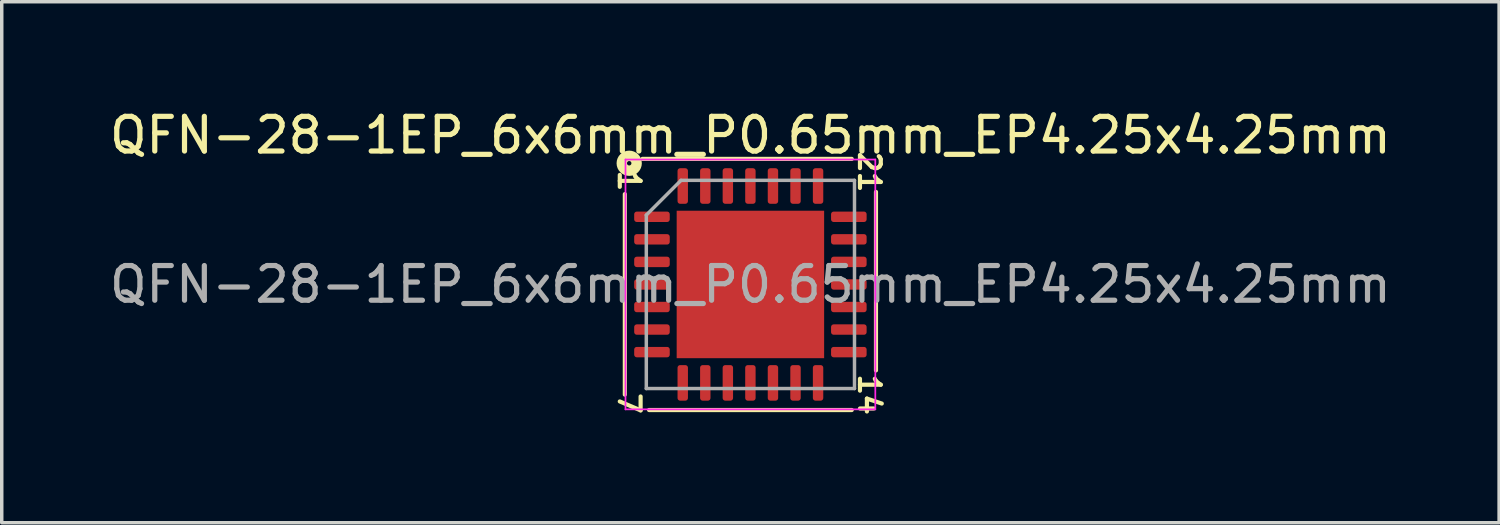
<source format=kicad_pcb>
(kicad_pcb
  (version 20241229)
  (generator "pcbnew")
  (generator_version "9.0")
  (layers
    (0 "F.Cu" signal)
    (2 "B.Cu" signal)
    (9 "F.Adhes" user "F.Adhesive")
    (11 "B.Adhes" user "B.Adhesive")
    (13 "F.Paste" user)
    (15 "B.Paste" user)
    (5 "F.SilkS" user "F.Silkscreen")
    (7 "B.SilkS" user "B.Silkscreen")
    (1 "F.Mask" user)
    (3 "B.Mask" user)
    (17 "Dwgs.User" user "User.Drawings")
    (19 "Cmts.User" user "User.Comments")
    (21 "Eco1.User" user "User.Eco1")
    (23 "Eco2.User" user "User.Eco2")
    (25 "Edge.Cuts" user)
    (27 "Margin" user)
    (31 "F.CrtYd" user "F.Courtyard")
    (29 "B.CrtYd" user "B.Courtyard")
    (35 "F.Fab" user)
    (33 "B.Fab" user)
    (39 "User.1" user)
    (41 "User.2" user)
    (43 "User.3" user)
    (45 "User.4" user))
  (footprint "QFN-28-1EP_6x6mm_P0.65mm_EP4.25x4.25mm"
    (layer "F.Cu")
    (at 18.577 5.148)
    (property "Reference" "QFN-28-1EP_6x6mm_P0.65mm_EP4.25x4.25mm" (at 0 -4.3 0) (layer "F.SilkS") (effects (font (size 1 1) (thickness 0.15))))
    (attr smd)
    (fp_line (start -3.619 -2.603) (end -3.619 3.175) (stroke (width 0.12) (type solid)) (layer "F.SilkS"))
    (fp_line (start -2.921 3.619) (end 2.921 3.619) (stroke (width 0.12) (type solid)) (layer "F.SilkS"))
    (fp_line (start 2.921 -3.619) (end -3.111 -3.619) (stroke (width 0.12) (type solid)) (layer "F.SilkS"))
    (fp_line (start 3.619 2.477) (end 3.619 -2.667) (stroke (width 0.12) (type solid)) (layer "F.SilkS"))
    (fp_circle (center -3.493 -3.493) (end -3.429 -3.493) (stroke (width 0.3) (type solid)) (fill no) (layer "F.SilkS"))
    (fp_line (start -3.6 -3.6) (end -3.6 3.6) (stroke (width 0.05) (type solid)) (layer "F.CrtYd"))
    (fp_line (start -3.6 3.6) (end 3.6 3.6) (stroke (width 0.05) (type solid)) (layer "F.CrtYd"))
    (fp_line (start 3.6 -3.6) (end -3.6 -3.6) (stroke (width 0.05) (type solid)) (layer "F.CrtYd"))
    (fp_line (start 3.6 3.6) (end 3.6 -3.6) (stroke (width 0.05) (type solid)) (layer "F.CrtYd"))
    (fp_line (start -3 -2) (end -2 -3) (stroke (width 0.1) (type solid)) (layer "F.Fab"))
    (fp_line (start -3 3) (end -3 -2) (stroke (width 0.1) (type solid)) (layer "F.Fab"))
    (fp_line (start -2 -3) (end 3 -3) (stroke (width 0.1) (type solid)) (layer "F.Fab"))
    (fp_line (start 3 -3) (end 3 3) (stroke (width 0.1) (type solid)) (layer "F.Fab"))
    (fp_line (start 3 3) (end -3 3) (stroke (width 0.1) (type solid)) (layer "F.Fab"))
    (fp_text user "1" (at -3.493 -2.985 270) (unlocked yes) (layer "F.SilkS") (effects (font (size 0.6 0.6) (thickness 0.12))))
    (fp_text user "7" (at -3.493 3.429 270) (unlocked yes) (layer "F.SilkS") (effects (font (size 0.6 0.6) (thickness 0.12))))
    (fp_text user "14" (at 3.429 3.175 270) (unlocked yes) (layer "F.SilkS") (effects (font (size 0.6 0.6) (thickness 0.12))))
    (fp_text user "21" (at 3.429 -3.239 270) (unlocked yes) (layer "F.SilkS") (effects (font (size 0.6 0.6) (thickness 0.12))))
    (fp_text user "${REFERENCE}" (at 0 0 0) (layer "F.Fab") (effects (font (size 1 1) (thickness 0.15))))
    (pad "" smd roundrect (at -1.42 -1.42) (size 1.14 1.14) (layers "F.Paste") (roundrect_rratio 0.219))
    (pad "" smd roundrect (at -1.42 0) (size 1.14 1.14) (layers "F.Paste") (roundrect_rratio 0.219))
    (pad "" smd roundrect (at -1.42 1.42) (size 1.14 1.14) (layers "F.Paste") (roundrect_rratio 0.219))
    (pad "" smd roundrect (at 0 -1.42) (size 1.14 1.14) (layers "F.Paste") (roundrect_rratio 0.219))
    (pad "" smd roundrect (at 0 0) (size 1.14 1.14) (layers "F.Paste") (roundrect_rratio 0.219))
    (pad "" smd roundrect (at 0 1.42) (size 1.14 1.14) (layers "F.Paste") (roundrect_rratio 0.219))
    (pad "" smd roundrect (at 1.42 -1.42) (size 1.14 1.14) (layers "F.Paste") (roundrect_rratio 0.219))
    (pad "" smd roundrect (at 1.42 0) (size 1.14 1.14) (layers "F.Paste") (roundrect_rratio 0.219))
    (pad "" smd roundrect (at 1.42 1.42) (size 1.14 1.14) (layers "F.Paste") (roundrect_rratio 0.219))
    (pad "1" smd roundrect (at -2.837 -1.95) (size 1.025 0.3) (layers "F.Cu" "F.Mask" "F.Paste") (roundrect_rratio 0.25))
    (pad "2" smd roundrect (at -2.837 -1.3) (size 1.025 0.3) (layers "F.Cu" "F.Mask" "F.Paste") (roundrect_rratio 0.25))
    (pad "3" smd roundrect (at -2.837 -0.65) (size 1.025 0.3) (layers "F.Cu" "F.Mask" "F.Paste") (roundrect_rratio 0.25))
    (pad "4" smd roundrect (at -2.837 0) (size 1.025 0.3) (layers "F.Cu" "F.Mask" "F.Paste") (roundrect_rratio 0.25))
    (pad "5" smd roundrect (at -2.837 0.65) (size 1.025 0.3) (layers "F.Cu" "F.Mask" "F.Paste") (roundrect_rratio 0.25))
    (pad "6" smd roundrect (at -2.837 1.3) (size 1.025 0.3) (layers "F.Cu" "F.Mask" "F.Paste") (roundrect_rratio 0.25))
    (pad "7" smd roundrect (at -2.837 1.95) (size 1.025 0.3) (layers "F.Cu" "F.Mask" "F.Paste") (roundrect_rratio 0.25))
    (pad "8" smd roundrect (at -1.95 2.837) (size 0.3 1.025) (layers "F.Cu" "F.Mask" "F.Paste") (roundrect_rratio 0.25))
    (pad "9" smd roundrect (at -1.3 2.837) (size 0.3 1.025) (layers "F.Cu" "F.Mask" "F.Paste") (roundrect_rratio 0.25))
    (pad "10" smd roundrect (at -0.65 2.837) (size 0.3 1.025) (layers "F.Cu" "F.Mask" "F.Paste") (roundrect_rratio 0.25))
    (pad "11" smd roundrect (at 0 2.837) (size 0.3 1.025) (layers "F.Cu" "F.Mask" "F.Paste") (roundrect_rratio 0.25))
    (pad "12" smd roundrect (at 0.65 2.837) (size 0.3 1.025) (layers "F.Cu" "F.Mask" "F.Paste") (roundrect_rratio 0.25))
    (pad "13" smd roundrect (at 1.3 2.837) (size 0.3 1.025) (layers "F.Cu" "F.Mask" "F.Paste") (roundrect_rratio 0.25))
    (pad "14" smd roundrect (at 1.95 2.837) (size 0.3 1.025) (layers "F.Cu" "F.Mask" "F.Paste") (roundrect_rratio 0.25))
    (pad "15" smd roundrect (at 2.837 1.95) (size 1.025 0.3) (layers "F.Cu" "F.Mask" "F.Paste") (roundrect_rratio 0.25))
    (pad "16" smd roundrect (at 2.837 1.3) (size 1.025 0.3) (layers "F.Cu" "F.Mask" "F.Paste") (roundrect_rratio 0.25))
    (pad "17" smd roundrect (at 2.837 0.65) (size 1.025 0.3) (layers "F.Cu" "F.Mask" "F.Paste") (roundrect_rratio 0.25))
    (pad "18" smd roundrect (at 2.837 0) (size 1.025 0.3) (layers "F.Cu" "F.Mask" "F.Paste") (roundrect_rratio 0.25))
    (pad "19" smd roundrect (at 2.837 -0.65) (size 1.025 0.3) (layers "F.Cu" "F.Mask" "F.Paste") (roundrect_rratio 0.25))
    (pad "20" smd roundrect (at 2.837 -1.3) (size 1.025 0.3) (layers "F.Cu" "F.Mask" "F.Paste") (roundrect_rratio 0.25))
    (pad "21" smd roundrect (at 2.837 -1.95) (size 1.025 0.3) (layers "F.Cu" "F.Mask" "F.Paste") (roundrect_rratio 0.25))
    (pad "22" smd roundrect (at 1.95 -2.837) (size 0.3 1.025) (layers "F.Cu" "F.Mask" "F.Paste") (roundrect_rratio 0.25))
    (pad "23" smd roundrect (at 1.3 -2.837) (size 0.3 1.025) (layers "F.Cu" "F.Mask" "F.Paste") (roundrect_rratio 0.25))
    (pad "24" smd roundrect (at 0.65 -2.837) (size 0.3 1.025) (layers "F.Cu" "F.Mask" "F.Paste") (roundrect_rratio 0.25))
    (pad "25" smd roundrect (at 0 -2.837) (size 0.3 1.025) (layers "F.Cu" "F.Mask" "F.Paste") (roundrect_rratio 0.25))
    (pad "26" smd roundrect (at -0.65 -2.837) (size 0.3 1.025) (layers "F.Cu" "F.Mask" "F.Paste") (roundrect_rratio 0.25))
    (pad "27" smd roundrect (at -1.3 -2.837) (size 0.3 1.025) (layers "F.Cu" "F.Mask" "F.Paste") (roundrect_rratio 0.25))
    (pad "28" smd roundrect (at -1.95 -2.837) (size 0.3 1.025) (layers "F.Cu" "F.Mask" "F.Paste") (roundrect_rratio 0.25))
    (pad "29" smd rect (at 0 0) (size 4.25 4.25) (layers "F.Cu" "F.Mask")))
  (gr_rect
    (start -3 -3)
    (end 40.155 12.015)
    (stroke (width 0.1) (type default))
    (fill no)
    (layer "Edge.Cuts")))
</source>
